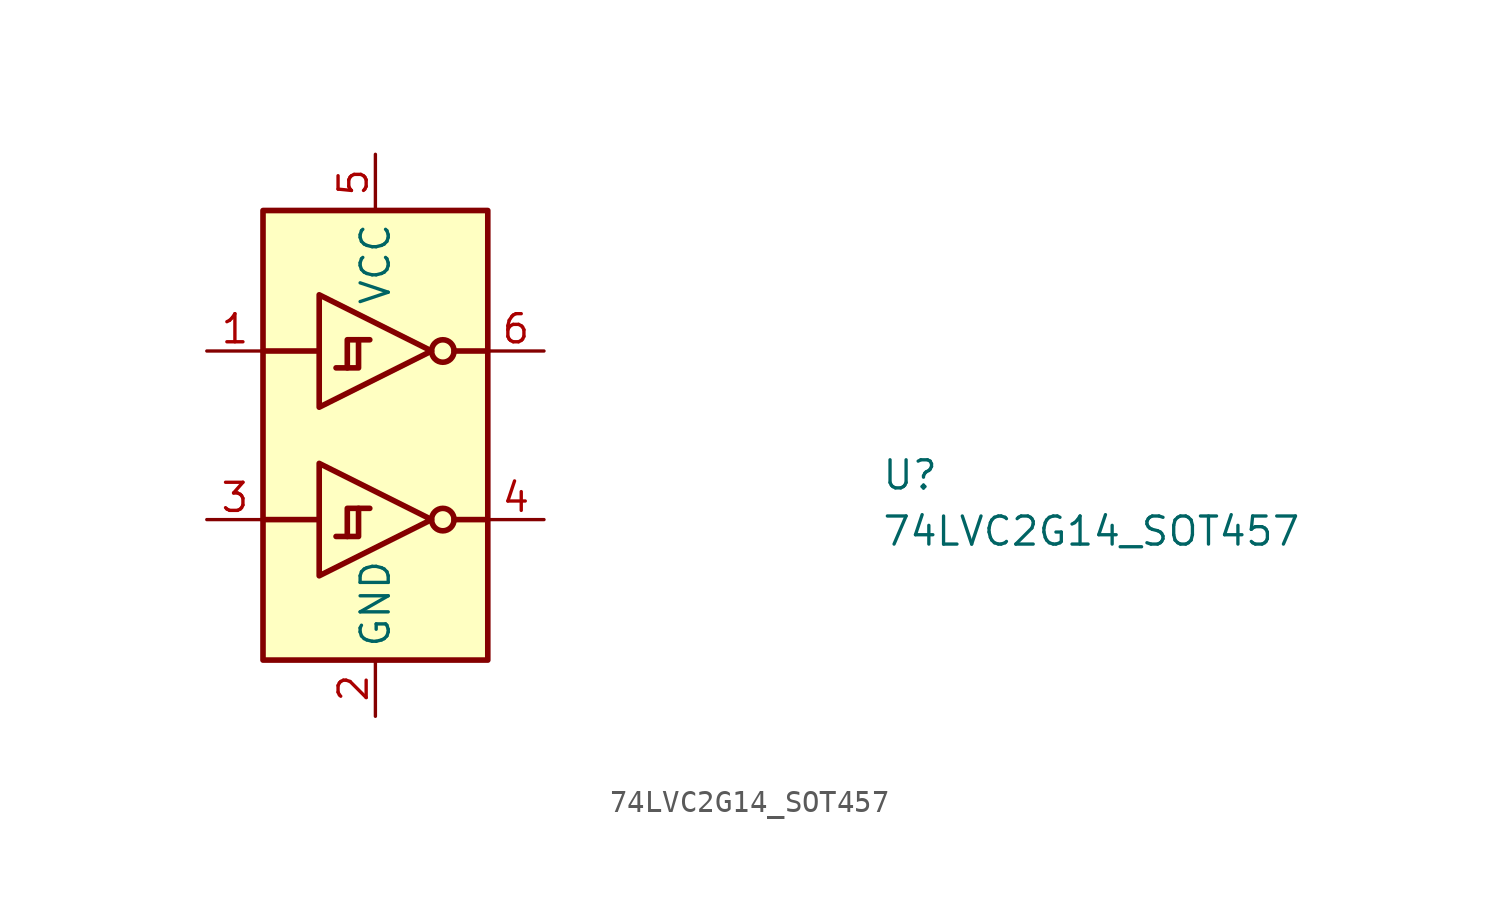
<source format=kicad_sym>
(kicad_symbol_lib
  (version 20211014)
  (generator kicad_symbol_editor)
  (symbol "74LVC2G14_SOT457"
    (property "Reference" "U"
      (at 30.48 -6.35 0)
      (effects (font (size 1.27 1.27) (thickness 0.15)) (justify left bottom)))
    (property "Value" "74LVC2G14_SOT457"
      (at 30.48 -8.89 0)
      (effects (font (size 1.27 1.27) (thickness 0.15)) (justify left bottom)))
    (symbol "74LVC2G14_SOT457_1_1"
      (polyline (pts (xy 2.54 0) (xy 5.08 0)) (stroke (width 0.254) (type default) (color 0 0 0 0)) (fill (type background)))
      (polyline (pts (xy 5.08 -7.62) (xy 2.54 -7.62)) (stroke (width 0.254) (type default) (color 0 0 0 0)) (fill (type background)))
      (polyline (pts (xy 12.7 -7.62) (xy 11.176 -7.62)) (stroke (width 0.254) (type default) (color 0 0 0 0)) (fill (type background)))
      (polyline (pts (xy 12.7 0) (xy 11.176 0)) (stroke (width 0.254) (type default) (color 0 0 0 0)) (fill (type background)))
      (polyline (pts (xy 5.08 -5.08) (xy 5.08 -10.16) (xy 10.16 -7.62) (xy 5.08 -5.08)) (stroke (width 0.254) (type default) (color 0 0 0 0)) (fill (type background)))
      (polyline (pts (xy 5.08 2.54) (xy 5.08 -2.54) (xy 10.16 0) (xy 5.08 2.54)) (stroke (width 0.254) (type default) (color 0 0 0 0)) (fill (type background)))
      (polyline (pts (xy 6.858 -7.112) (xy 6.35 -7.112) (xy 6.35 -8.382) (xy 5.842 -8.382)) (stroke (width 0.254) (type default) (color 0 0 0 0)) (fill (type background)))
      (polyline (pts (xy 6.858 0.508) (xy 6.35 0.508) (xy 6.35 -0.762) (xy 5.842 -0.762)) (stroke (width 0.254) (type default) (color 0 0 0 0)) (fill (type background)))
      (polyline (pts (xy 7.366 -7.112) (xy 6.858 -7.112) (xy 6.858 -8.382) (xy 6.35 -8.382)) (stroke (width 0.254) (type default) (color 0 0 0 0)) (fill (type background)))
      (polyline (pts (xy 7.366 0.508) (xy 6.858 0.508) (xy 6.858 -0.762) (xy 6.35 -0.762)) (stroke (width 0.254) (type default) (color 0 0 0 0)) (fill (type background)))
      (rectangle (start 2.54 6.35) (end 12.7 -13.97) (stroke (width 0.254) (type default) (color 0 0 0 0)) (fill (type background)))
      (circle (center 10.668 -7.62) (radius 0.508) (stroke (width 0.254) (type default) (color 0 0 0 0)) (fill (type background)))
      (circle (center 10.668 0) (radius 0.508) (stroke (width 0.254) (type default) (color 0 0 0 0)) (fill (type background)))
      (pin input line (at 0 0 0) (length 2.54) (name "~" (effects (font (size 1.27 1.27)))) (number "1" (effects (font (size 1.27 1.27)))))
      (pin power_in line (at 7.62 -16.51 90) (length 2.54) (name "GND" (effects (font (size 1.27 1.27)))) (number "2" (effects (font (size 1.27 1.27)))))
      (pin input line (at 0 -7.62 0) (length 2.54) (name "~" (effects (font (size 1.27 1.27)))) (number "3" (effects (font (size 1.27 1.27)))))
      (pin output line (at 15.24 -7.62 180) (length 2.54) (name "~" (effects (font (size 1.27 1.27)))) (number "4" (effects (font (size 1.27 1.27)))))
      (pin power_in line (at 7.62 8.89 270) (length 2.54) (name "VCC" (effects (font (size 1.27 1.27)))) (number "5" (effects (font (size 1.27 1.27)))))
      (pin output line (at 15.24 0 180) (length 2.54) (name "~" (effects (font (size 1.27 1.27)))) (number "6" (effects (font (size 1.27 1.27))))))))
</source>
